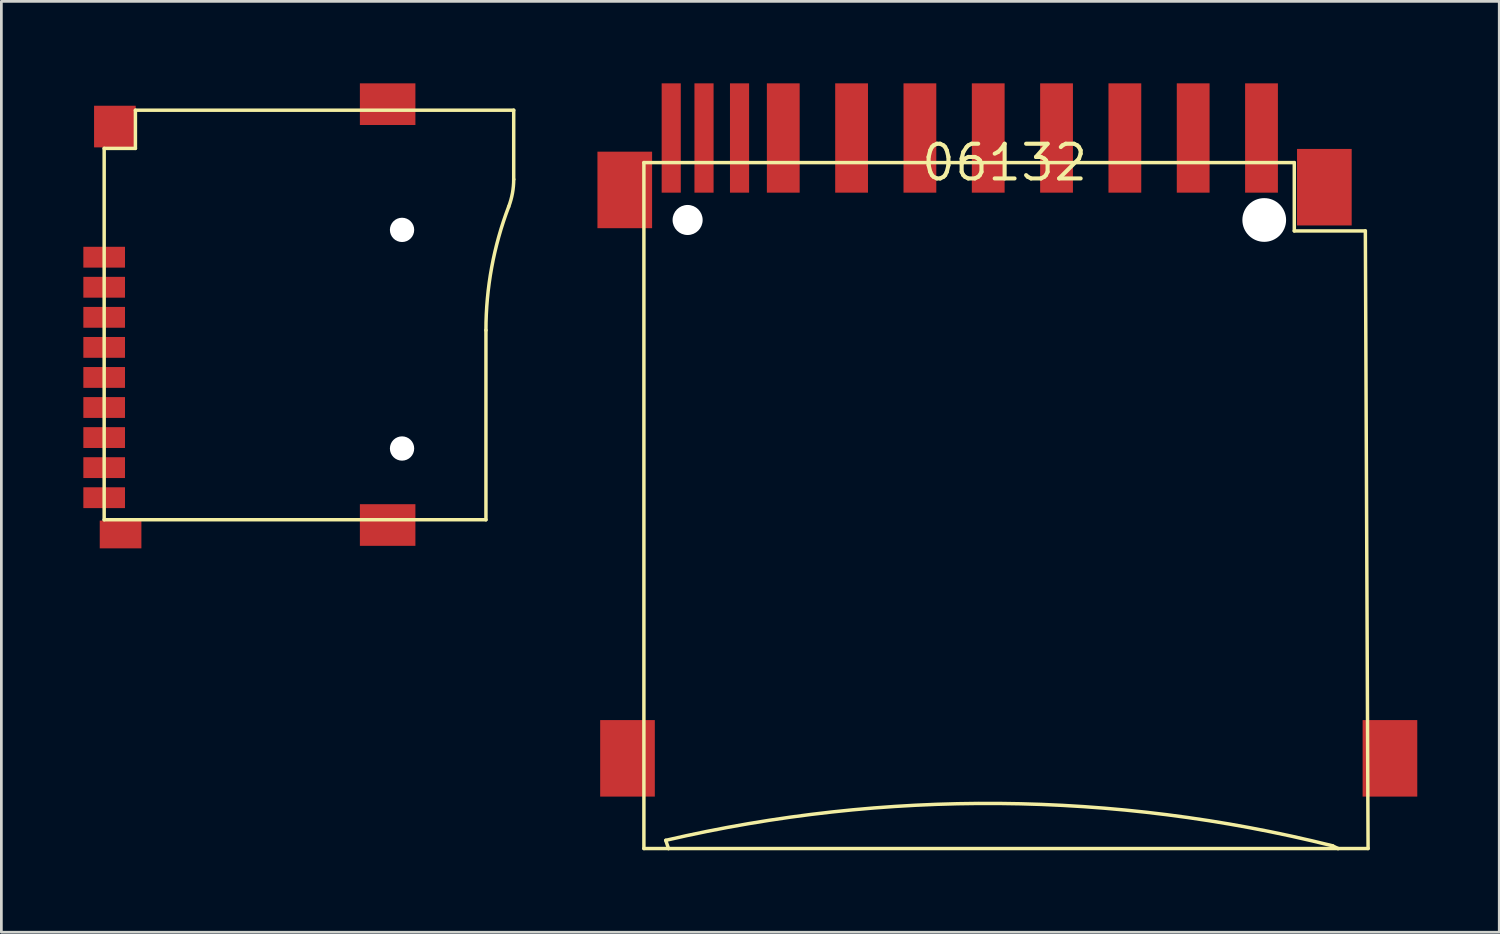
<source format=kicad_pcb>
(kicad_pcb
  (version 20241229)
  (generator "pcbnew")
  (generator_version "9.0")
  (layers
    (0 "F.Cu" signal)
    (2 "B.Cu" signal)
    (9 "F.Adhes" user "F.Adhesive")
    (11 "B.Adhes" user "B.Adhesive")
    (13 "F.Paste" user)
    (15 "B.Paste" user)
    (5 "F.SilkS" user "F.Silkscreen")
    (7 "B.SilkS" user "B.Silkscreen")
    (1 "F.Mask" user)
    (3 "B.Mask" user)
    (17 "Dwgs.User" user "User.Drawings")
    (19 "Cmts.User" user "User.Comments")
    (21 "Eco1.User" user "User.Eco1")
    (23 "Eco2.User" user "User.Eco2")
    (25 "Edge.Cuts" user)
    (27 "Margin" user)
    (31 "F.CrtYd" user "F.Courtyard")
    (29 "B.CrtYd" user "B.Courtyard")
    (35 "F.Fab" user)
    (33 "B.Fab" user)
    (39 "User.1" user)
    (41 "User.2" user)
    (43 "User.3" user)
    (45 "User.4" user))
  (footprint "06132"
    (layer "F.Cu")
    (at 33.712 2.9)
    (property "Reference" "06132" (at 0 0 0) (layer "F.SilkS") (effects (font (size 1.27 1.27) (thickness 0.15))))
    (attr through_hole)
    (fp_line (start -13.2 0) (end 10.6 0) (stroke (width 0.127) (type solid)) (layer "F.SilkS"))
    (fp_line (start -13.2 25.1) (end -13.2 0) (stroke (width 0.127) (type solid)) (layer "F.SilkS"))
    (fp_line (start -12.4 24.8) (end -12.3 25.1) (stroke (width 0.127) (type solid)) (layer "F.SilkS"))
    (fp_line (start -12.3 25.1) (end -13.2 25.1) (stroke (width 0.127) (type solid)) (layer "F.SilkS"))
    (fp_line (start 10.6 0) (end 10.6 2.5) (stroke (width 0.127) (type solid)) (layer "F.SilkS"))
    (fp_line (start 10.6 2.5) (end 13.2 2.5) (stroke (width 0.127) (type solid)) (layer "F.SilkS"))
    (fp_line (start 12 25) (end 12.2 25.1) (stroke (width 0.127) (type solid)) (layer "F.SilkS"))
    (fp_line (start 12.2 25.1) (end -12.3 25.1) (stroke (width 0.127) (type solid)) (layer "F.SilkS"))
    (fp_line (start 13.2 2.5) (end 13.3 25.1) (stroke (width 0.127) (type solid)) (layer "F.SilkS"))
    (fp_line (start 13.3 25.1) (end 12.2 25.1) (stroke (width 0.127) (type solid)) (layer "F.SilkS"))
    (fp_arc (start -12.4 24.8) (mid -0.188122 23.450859) (end 12 24.999999) (stroke (width 0.127) (type solid)) (layer "F.SilkS"))
    (pad "" np_thru_hole circle (at -11.6 2.1) (size 1.1 1.1) (drill 1.1) (layers "*.Cu" "*.Mask"))
    (pad "" np_thru_hole circle (at 9.5 2.1) (size 1.6 1.6) (drill 1.6) (layers "*.Cu" "*.Mask"))
    (pad "1" smd rect (at 6.9 -0.9 90) (size 4 1.2) (layers "F.Cu" "F.Mask" "F.Paste"))
    (pad "2" smd rect (at 4.4 -0.9 90) (size 4 1.2) (layers "F.Cu" "F.Mask" "F.Paste"))
    (pad "3" smd rect (at 1.9 -0.9 90) (size 4 1.2) (layers "F.Cu" "F.Mask" "F.Paste"))
    (pad "4" smd rect (at -0.6 -0.9 90) (size 4 1.2) (layers "F.Cu" "F.Mask" "F.Paste"))
    (pad "5" smd rect (at -3.1 -0.9 90) (size 4 1.2) (layers "F.Cu" "F.Mask" "F.Paste"))
    (pad "6" smd rect (at -5.6 -0.9 90) (size 4 1.2) (layers "F.Cu" "F.Mask" "F.Paste"))
    (pad "7" smd rect (at -8.1 -0.9 90) (size 4 1.2) (layers "F.Cu" "F.Mask" "F.Paste"))
    (pad "8" smd rect (at -9.7 -0.9 90) (size 4 0.7) (layers "F.Cu" "F.Mask" "F.Paste"))
    (pad "9" smd rect (at 9.4 -0.9 90) (size 4 1.2) (layers "F.Cu" "F.Mask" "F.Paste"))
    (pad "CD" smd rect (at -11 -0.9 90) (size 4 0.7) (layers "F.Cu" "F.Mask" "F.Paste"))
    (pad "GP" smd rect (at -13.8 21.8 90) (size 2.8 2) (layers "F.Cu" "F.Mask" "F.Paste"))
    (pad "GP2" smd rect (at 14.1 21.8 90) (size 2.8 2) (layers "F.Cu" "F.Mask" "F.Paste"))
    (pad "GP3" smd rect (at 11.7 0.9 90) (size 2.8 2) (layers "F.Cu" "F.Mask" "F.Paste"))
    (pad "GP4" smd rect (at -13.9 1 90) (size 2.8 2) (layers "F.Cu" "F.Mask" "F.Paste"))
    (pad "WP" smd rect (at -12.2 -0.9 90) (size 4 0.7) (layers "F.Cu" "F.Mask" "F.Paste")))
  (footprint "9P-SMD-W_-RING"
    (layer "F.Cu")
    (at 0.762 10.762)
    (property "Reference" "9P-SMD-W_-RING" (at 4.826 -2.159 180) (layer "F.Mask") (effects (font (size 0.241 0.241) (thickness 0.024)) (justify right top)))
    (attr through_hole)
    (fp_line (start 0 -8.382) (end 1.143 -8.382) (stroke (width 0.127) (type solid)) (layer "F.SilkS"))
    (fp_line (start 0 5.207) (end 0 -8.382) (stroke (width 0.127) (type solid)) (layer "F.SilkS"))
    (fp_line (start 1.143 -9.779) (end 14.986 -9.779) (stroke (width 0.127) (type solid)) (layer "F.SilkS"))
    (fp_line (start 1.143 -8.382) (end 1.143 -9.779) (stroke (width 0.127) (type solid)) (layer "F.SilkS"))
    (fp_line (start 13.97 -1.727) (end 13.97 5.207) (stroke (width 0.127) (type solid)) (layer "F.SilkS"))
    (fp_line (start 13.97 5.207) (end 0 5.207) (stroke (width 0.127) (type solid)) (layer "F.SilkS"))
    (fp_line (start 14.986 -9.779) (end 14.986 -7.248) (stroke (width 0.127) (type solid)) (layer "F.SilkS"))
    (fp_arc (start 13.97 -1.7269) (mid 14.179734 -4.025408) (end 14.802 -6.248) (stroke (width 0.127) (type solid)) (layer "F.SilkS"))
    (fp_arc (start 14.986 -7.2479) (mid 14.939621 -6.739555) (end 14.802 -6.248) (stroke (width 0.127) (type solid)) (layer "F.SilkS"))
    (pad "" np_thru_hole circle (at 10.9 -5.4) (size 0.889 0.889) (drill 0.889) (layers "*.Cu" "*.Mask"))
    (pad "" np_thru_hole circle (at 10.9 2.6) (size 0.889 0.889) (drill 0.889) (layers "*.Cu" "*.Mask"))
    (pad "1" smd rect (at 0 -4.4) (size 1.524 0.762) (layers "F.Cu" "F.Mask" "F.Paste"))
    (pad "2" smd rect (at 0 -3.3) (size 1.524 0.762) (layers "F.Cu" "F.Mask" "F.Paste"))
    (pad "3" smd rect (at 0 -2.2) (size 1.524 0.762) (layers "F.Cu" "F.Mask" "F.Paste"))
    (pad "4" smd rect (at 0 -1.1) (size 1.524 0.762) (layers "F.Cu" "F.Mask" "F.Paste"))
    (pad "5" smd rect (at 0 0) (size 1.524 0.762) (layers "F.Cu" "F.Mask" "F.Paste"))
    (pad "6" smd rect (at 0 1.1) (size 1.524 0.762) (layers "F.Cu" "F.Mask" "F.Paste"))
    (pad "7" smd rect (at 0 2.2) (size 1.524 0.762) (layers "F.Cu" "F.Mask" "F.Paste"))
    (pad "8" smd rect (at 0 3.3) (size 1.524 0.762) (layers "F.Cu" "F.Mask" "F.Paste"))
    (pad "CD" smd rect (at 0 4.4) (size 1.524 0.762) (layers "F.Cu" "F.Mask" "F.Paste"))
    (pad "COM" smd rect (at 0.6 5.746) (size 1.524 1.016) (layers "F.Cu" "F.Mask" "F.Paste"))
    (pad "SHL@1" smd rect (at 0.392 -9.181) (size 1.524 1.524) (layers "F.Cu" "F.Mask" "F.Paste"))
    (pad "SHL@2" smd rect (at 10.373 -10) (size 2.032 1.524) (layers "F.Cu" "F.Mask" "F.Paste"))
    (pad "SHL@3" smd rect (at 10.373 5.4) (size 2.032 1.524) (layers "F.Cu" "F.Mask" "F.Paste")))
  (gr_rect
    (start -3 -3)
    (end 51.812 31.064)
    (stroke (width 0.1) (type default))
    (fill no)
    (layer "Edge.Cuts")))
</source>
